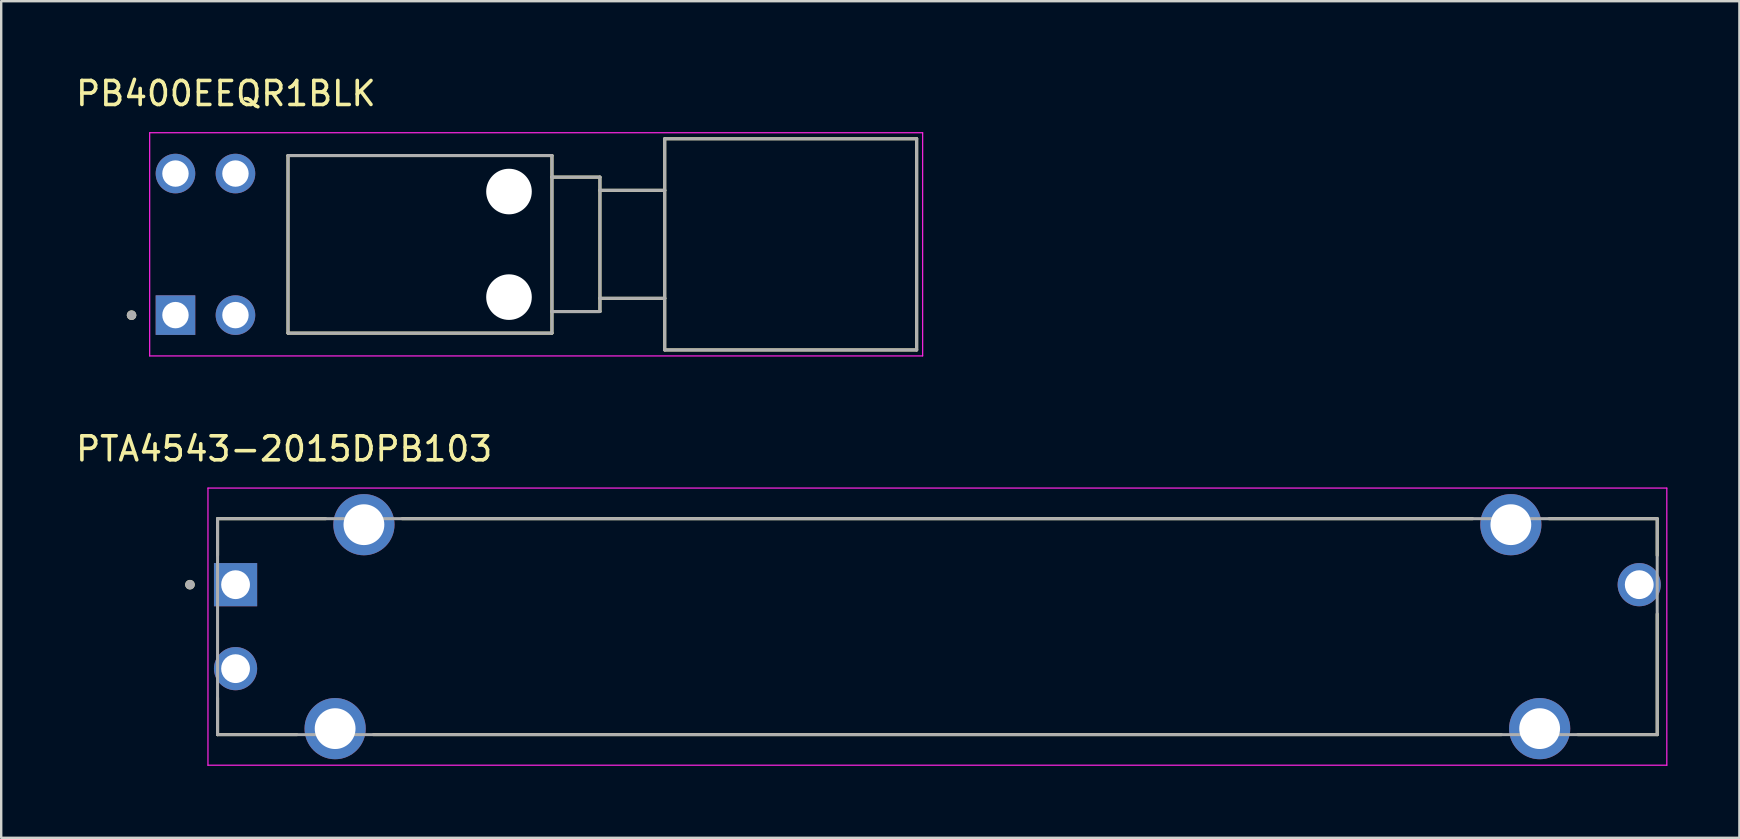
<source format=kicad_pcb>
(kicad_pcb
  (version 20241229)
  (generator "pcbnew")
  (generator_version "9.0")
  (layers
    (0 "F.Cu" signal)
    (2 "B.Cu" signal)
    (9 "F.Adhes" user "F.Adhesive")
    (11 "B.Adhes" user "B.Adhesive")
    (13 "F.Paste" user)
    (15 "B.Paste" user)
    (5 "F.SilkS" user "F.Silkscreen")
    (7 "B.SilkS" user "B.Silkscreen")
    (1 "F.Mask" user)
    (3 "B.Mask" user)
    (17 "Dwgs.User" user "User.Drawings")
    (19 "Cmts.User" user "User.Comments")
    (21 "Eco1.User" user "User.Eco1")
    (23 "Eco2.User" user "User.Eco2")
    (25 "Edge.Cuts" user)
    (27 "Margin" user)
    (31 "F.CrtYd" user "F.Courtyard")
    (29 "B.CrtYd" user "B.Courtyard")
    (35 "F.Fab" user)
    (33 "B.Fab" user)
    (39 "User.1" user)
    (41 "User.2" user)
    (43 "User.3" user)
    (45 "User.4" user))
  (footprint "PB400EEQR1BLK"
    (layer "F.Cu")
    (at 5.513 7.133)
    (property "Reference" "PB400EEQR1BLK" (at 0.85 -6.285 0) (layer "F.SilkS") (effects (font (size 1 1) (thickness 0.15))))
    (attr through_hole)
    (fp_line (start 3.44 -3.7) (end 3.44 3.7) (stroke (width 0.127) (type solid)) (layer "F.SilkS"))
    (fp_line (start 3.44 3.7) (end 14.44 3.7) (stroke (width 0.127) (type solid)) (layer "F.SilkS"))
    (fp_line (start 14.44 -3.7) (end 3.44 -3.7) (stroke (width 0.127) (type solid)) (layer "F.SilkS"))
    (fp_line (start 14.44 -2.8) (end 14.44 -3.7) (stroke (width 0.127) (type solid)) (layer "F.SilkS"))
    (fp_line (start 14.44 -2.8) (end 16.44 -2.8) (stroke (width 0.127) (type solid)) (layer "F.SilkS"))
    (fp_line (start 14.44 2.8) (end 14.44 -2.8) (stroke (width 0.127) (type solid)) (layer "F.SilkS"))
    (fp_line (start 14.44 3.7) (end 14.44 2.8) (stroke (width 0.127) (type solid)) (layer "F.SilkS"))
    (fp_line (start 16.44 -2.8) (end 16.44 -2.25) (stroke (width 0.127) (type solid)) (layer "F.SilkS"))
    (fp_line (start 16.44 -2.25) (end 16.44 2.25) (stroke (width 0.127) (type solid)) (layer "F.SilkS"))
    (fp_line (start 16.44 -2.25) (end 19.14 -2.25) (stroke (width 0.127) (type solid)) (layer "F.SilkS"))
    (fp_line (start 16.44 2.25) (end 16.44 2.8) (stroke (width 0.127) (type solid)) (layer "F.SilkS"))
    (fp_line (start 16.44 2.8) (end 14.44 2.8) (stroke (width 0.127) (type solid)) (layer "F.SilkS"))
    (fp_line (start 19.14 -4.4) (end 29.64 -4.4) (stroke (width 0.127) (type solid)) (layer "F.SilkS"))
    (fp_line (start 19.14 -2.25) (end 19.14 -4.4) (stroke (width 0.127) (type solid)) (layer "F.SilkS"))
    (fp_line (start 19.14 -2.25) (end 19.14 2.25) (stroke (width 0.127) (type solid)) (layer "F.SilkS"))
    (fp_line (start 19.14 2.25) (end 16.44 2.25) (stroke (width 0.127) (type solid)) (layer "F.SilkS"))
    (fp_line (start 19.14 4.4) (end 19.14 2.25) (stroke (width 0.127) (type solid)) (layer "F.SilkS"))
    (fp_line (start 29.64 -4.4) (end 29.64 4.4) (stroke (width 0.127) (type solid)) (layer "F.SilkS"))
    (fp_line (start 29.64 4.4) (end 19.14 4.4) (stroke (width 0.127) (type solid)) (layer "F.SilkS"))
    (fp_circle (center -3.08 2.953) (end -2.98 2.953) (stroke (width 0.2) (type solid)) (fill no) (layer "F.SilkS"))
    (fp_line (start -2.325 -4.65) (end -2.325 4.65) (stroke (width 0.05) (type solid)) (layer "F.CrtYd"))
    (fp_line (start -2.325 4.65) (end 29.89 4.65) (stroke (width 0.05) (type solid)) (layer "F.CrtYd"))
    (fp_line (start 29.89 -4.65) (end -2.325 -4.65) (stroke (width 0.05) (type solid)) (layer "F.CrtYd"))
    (fp_line (start 29.89 4.65) (end 29.89 -4.65) (stroke (width 0.05) (type solid)) (layer "F.CrtYd"))
    (fp_line (start 3.44 -3.7) (end 3.44 3.7) (stroke (width 0.127) (type solid)) (layer "F.Fab"))
    (fp_line (start 3.44 3.7) (end 14.44 3.7) (stroke (width 0.127) (type solid)) (layer "F.Fab"))
    (fp_line (start 14.44 -3.7) (end 3.44 -3.7) (stroke (width 0.127) (type solid)) (layer "F.Fab"))
    (fp_line (start 14.44 -2.8) (end 14.44 -3.7) (stroke (width 0.127) (type solid)) (layer "F.Fab"))
    (fp_line (start 14.44 -2.8) (end 16.44 -2.8) (stroke (width 0.127) (type solid)) (layer "F.Fab"))
    (fp_line (start 14.44 2.8) (end 14.44 -2.8) (stroke (width 0.127) (type solid)) (layer "F.Fab"))
    (fp_line (start 14.44 3.7) (end 14.44 2.8) (stroke (width 0.127) (type solid)) (layer "F.Fab"))
    (fp_line (start 16.44 -2.8) (end 16.44 -2.25) (stroke (width 0.127) (type solid)) (layer "F.Fab"))
    (fp_line (start 16.44 -2.25) (end 16.44 2.25) (stroke (width 0.127) (type solid)) (layer "F.Fab"))
    (fp_line (start 16.44 -2.25) (end 19.14 -2.25) (stroke (width 0.127) (type solid)) (layer "F.Fab"))
    (fp_line (start 16.44 2.25) (end 16.44 2.8) (stroke (width 0.127) (type solid)) (layer "F.Fab"))
    (fp_line (start 16.44 2.8) (end 14.44 2.8) (stroke (width 0.127) (type solid)) (layer "F.Fab"))
    (fp_line (start 19.14 -4.4) (end 29.64 -4.4) (stroke (width 0.127) (type solid)) (layer "F.Fab"))
    (fp_line (start 19.14 -2.25) (end 19.14 -4.4) (stroke (width 0.127) (type solid)) (layer "F.Fab"))
    (fp_line (start 19.14 -2.25) (end 19.14 2.25) (stroke (width 0.127) (type solid)) (layer "F.Fab"))
    (fp_line (start 19.14 2.25) (end 16.44 2.25) (stroke (width 0.127) (type solid)) (layer "F.Fab"))
    (fp_line (start 19.14 4.4) (end 19.14 2.25) (stroke (width 0.127) (type solid)) (layer "F.Fab"))
    (fp_line (start 29.64 -4.4) (end 29.64 4.4) (stroke (width 0.127) (type solid)) (layer "F.Fab"))
    (fp_line (start 29.64 4.4) (end 19.14 4.4) (stroke (width 0.127) (type solid)) (layer "F.Fab"))
    (fp_circle (center -3.08 2.953) (end -2.98 2.953) (stroke (width 0.2) (type solid)) (fill no) (layer "F.Fab"))
    (pad "" np_thru_hole circle (at 12.65 -2.2) (size 1.9 1.9) (drill 1.9) (layers "*.Cu" "*.Mask"))
    (pad "" np_thru_hole circle (at 12.65 2.2) (size 1.9 1.9) (drill 1.9) (layers "*.Cu" "*.Mask"))
    (pad "1" thru_hole rect (at -1.25 2.95) (size 1.65 1.65) (drill 1.1) (layers "*.Cu" "*.Mask"))
    (pad "2" thru_hole circle (at 1.25 2.95) (size 1.65 1.65) (drill 1.1) (layers "*.Cu" "*.Mask"))
    (pad "3" thru_hole circle (at -1.25 -2.95) (size 1.65 1.65) (drill 1.1) (layers "*.Cu" "*.Mask"))
    (pad "4" thru_hole circle (at 1.25 -2.95) (size 1.65 1.65) (drill 1.1) (layers "*.Cu" "*.Mask")))
  (footprint "PTA4543-2015DPB103"
    (layer "F.Cu")
    (at 36.017 23.067)
    (property "Reference" "PTA4543-2015DPB103" (at -27.225 -7.41 0) (layer "F.SilkS") (effects (font (size 1 1) (thickness 0.15))))
    (attr through_hole)
    (fp_line (start -30 -4.5) (end -30 -2.97) (stroke (width 0.127) (type solid)) (layer "F.SilkS"))
    (fp_line (start -30 -4.5) (end -25.495 -4.5) (stroke (width 0.127) (type solid)) (layer "F.SilkS"))
    (fp_line (start -30 4.5) (end -30 2.97) (stroke (width 0.127) (type solid)) (layer "F.SilkS"))
    (fp_line (start -30 4.5) (end -26.695 4.5) (stroke (width 0.127) (type solid)) (layer "F.SilkS"))
    (fp_line (start -23.505 4.5) (end 23.505 4.5) (stroke (width 0.127) (type solid)) (layer "F.SilkS"))
    (fp_line (start -22.305 -4.5) (end 22.305 -4.5) (stroke (width 0.127) (type solid)) (layer "F.SilkS"))
    (fp_line (start 25.495 -4.5) (end 30 -4.5) (stroke (width 0.127) (type solid)) (layer "F.SilkS"))
    (fp_line (start 26.695 4.5) (end 30 4.5) (stroke (width 0.127) (type solid)) (layer "F.SilkS"))
    (fp_line (start 30 -4.5) (end 30 -2.97) (stroke (width 0.127) (type solid)) (layer "F.SilkS"))
    (fp_line (start 30 4.5) (end 30 -0.53) (stroke (width 0.127) (type solid)) (layer "F.SilkS"))
    (fp_circle (center -31.15 -1.75) (end -31.05 -1.75) (stroke (width 0.2) (type solid)) (fill no) (layer "F.SilkS"))
    (fp_line (start -30.4 -5.775) (end -30.4 5.775) (stroke (width 0.05) (type solid)) (layer "F.CrtYd"))
    (fp_line (start -30.4 5.775) (end 30.4 5.775) (stroke (width 0.05) (type solid)) (layer "F.CrtYd"))
    (fp_line (start 30.4 -5.775) (end -30.4 -5.775) (stroke (width 0.05) (type solid)) (layer "F.CrtYd"))
    (fp_line (start 30.4 5.775) (end 30.4 -5.775) (stroke (width 0.05) (type solid)) (layer "F.CrtYd"))
    (fp_line (start -30 -4.5) (end -30 4.5) (stroke (width 0.127) (type solid)) (layer "F.Fab"))
    (fp_line (start -30 -4.5) (end 30 -4.5) (stroke (width 0.127) (type solid)) (layer "F.Fab"))
    (fp_line (start -30 4.5) (end 30 4.5) (stroke (width 0.127) (type solid)) (layer "F.Fab"))
    (fp_line (start 30 -4.5) (end 30 4.5) (stroke (width 0.127) (type solid)) (layer "F.Fab"))
    (fp_circle (center -31.15 -1.75) (end -31.05 -1.75) (stroke (width 0.2) (type solid)) (fill no) (layer "F.Fab"))
    (pad "1" thru_hole rect (at -29.25 -1.75) (size 1.8 1.8) (drill 1.2) (layers "*.Cu" "*.Mask"))
    (pad "2" thru_hole circle (at -29.25 1.75) (size 1.8 1.8) (drill 1.2) (layers "*.Cu" "*.Mask"))
    (pad "3" thru_hole circle (at 29.25 -1.75) (size 1.8 1.8) (drill 1.2) (layers "*.Cu" "*.Mask"))
    (pad "S1" thru_hole circle (at -23.9 -4.25) (size 2.55 2.55) (drill 1.7) (layers "*.Cu" "*.Mask"))
    (pad "S2" thru_hole circle (at -25.1 4.25) (size 2.55 2.55) (drill 1.7) (layers "*.Cu" "*.Mask"))
    (pad "S3" thru_hole circle (at 23.9 -4.25) (size 2.55 2.55) (drill 1.7) (layers "*.Cu" "*.Mask"))
    (pad "S4" thru_hole circle (at 25.1 4.25) (size 2.55 2.55) (drill 1.7) (layers "*.Cu" "*.Mask")))
  (gr_rect
    (start -3 -3)
    (end 69.442 31.866)
    (stroke (width 0.1) (type default))
    (fill no)
    (layer "Edge.Cuts")))
</source>
